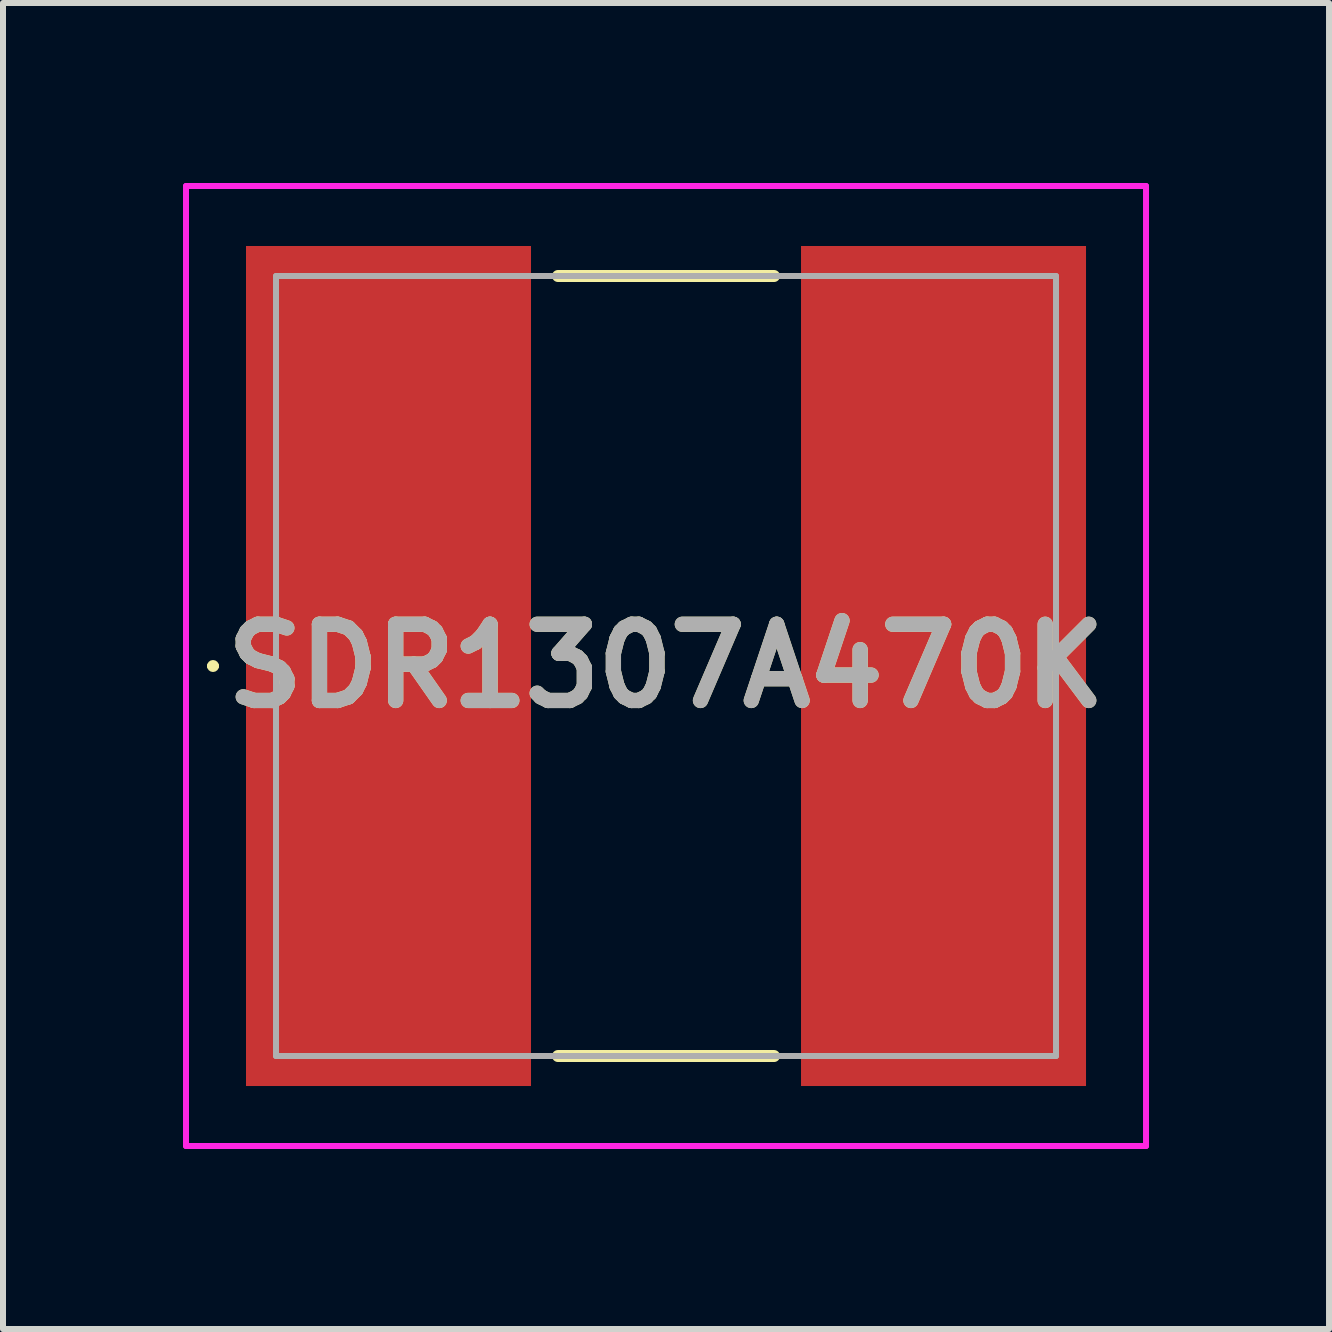
<source format=kicad_pcb>
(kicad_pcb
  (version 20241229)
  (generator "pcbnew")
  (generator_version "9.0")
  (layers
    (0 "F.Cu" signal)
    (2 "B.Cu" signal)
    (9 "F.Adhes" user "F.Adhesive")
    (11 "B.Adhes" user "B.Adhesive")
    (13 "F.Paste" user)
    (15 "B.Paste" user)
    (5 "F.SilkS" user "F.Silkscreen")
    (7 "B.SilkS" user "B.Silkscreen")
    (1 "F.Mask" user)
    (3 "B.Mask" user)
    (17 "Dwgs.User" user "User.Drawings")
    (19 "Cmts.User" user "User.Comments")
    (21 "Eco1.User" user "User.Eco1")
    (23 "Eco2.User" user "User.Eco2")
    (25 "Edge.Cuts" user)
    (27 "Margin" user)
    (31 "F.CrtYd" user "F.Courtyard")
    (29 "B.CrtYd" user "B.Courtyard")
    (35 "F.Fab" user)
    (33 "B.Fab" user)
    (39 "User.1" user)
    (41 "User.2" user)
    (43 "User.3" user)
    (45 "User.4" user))
  (footprint "SDR1307A470K"
    (layer "F.Cu")
    (at 8.05 8.05)
    (property "Reference" "SDR1307A470K" (at 0 0 0) (layer "F.SilkS") (effects (font (size 1.27 1.27) (thickness 0.254))))
    (attr smd)
    (fp_line (start -7.6 0) (end -7.6 0) (stroke (width 0.1) (type solid)) (layer "F.SilkS"))
    (fp_line (start -7.5 0) (end -7.5 0) (stroke (width 0.1) (type solid)) (layer "F.SilkS"))
    (fp_line (start -1.8 -6.5) (end 1.8 -6.5) (stroke (width 0.2) (type solid)) (layer "F.SilkS"))
    (fp_line (start -1.8 6.5) (end 1.8 6.5) (stroke (width 0.2) (type solid)) (layer "F.SilkS"))
    (fp_arc (start -7.6 0) (mid -7.55 -0.05) (end -7.5 0) (stroke (width 0.1) (type solid)) (layer "F.SilkS"))
    (fp_arc (start -7.5 0) (mid -7.55 0.05) (end -7.6 0) (stroke (width 0.1) (type solid)) (layer "F.SilkS"))
    (fp_line (start -8 -8) (end 8 -8) (stroke (width 0.1) (type solid)) (layer "F.CrtYd"))
    (fp_line (start -8 8) (end -8 -8) (stroke (width 0.1) (type solid)) (layer "F.CrtYd"))
    (fp_line (start 8 -8) (end 8 8) (stroke (width 0.1) (type solid)) (layer "F.CrtYd"))
    (fp_line (start 8 8) (end -8 8) (stroke (width 0.1) (type solid)) (layer "F.CrtYd"))
    (fp_line (start -6.5 -6.5) (end 6.5 -6.5) (stroke (width 0.1) (type solid)) (layer "F.Fab"))
    (fp_line (start -6.5 6.5) (end -6.5 -6.5) (stroke (width 0.1) (type solid)) (layer "F.Fab"))
    (fp_line (start 6.5 -6.5) (end 6.5 6.5) (stroke (width 0.1) (type solid)) (layer "F.Fab"))
    (fp_line (start 6.5 6.5) (end -6.5 6.5) (stroke (width 0.1) (type solid)) (layer "F.Fab"))
    (fp_text user "${REFERENCE}" (at 0 0 0) (layer "F.Fab") (effects (font (size 1.27 1.27) (thickness 0.254))))
    (pad "1" smd rect (at -4.625 0) (size 4.75 14) (layers "F.Cu" "F.Mask" "F.Paste"))
    (pad "2" smd rect (at 4.625 0) (size 4.75 14) (layers "F.Cu" "F.Mask" "F.Paste")))
  (gr_rect
    (start -3 -3)
    (end 19.1 19.1)
    (stroke (width 0.1) (type default))
    (fill no)
    (layer "Edge.Cuts")))
</source>
